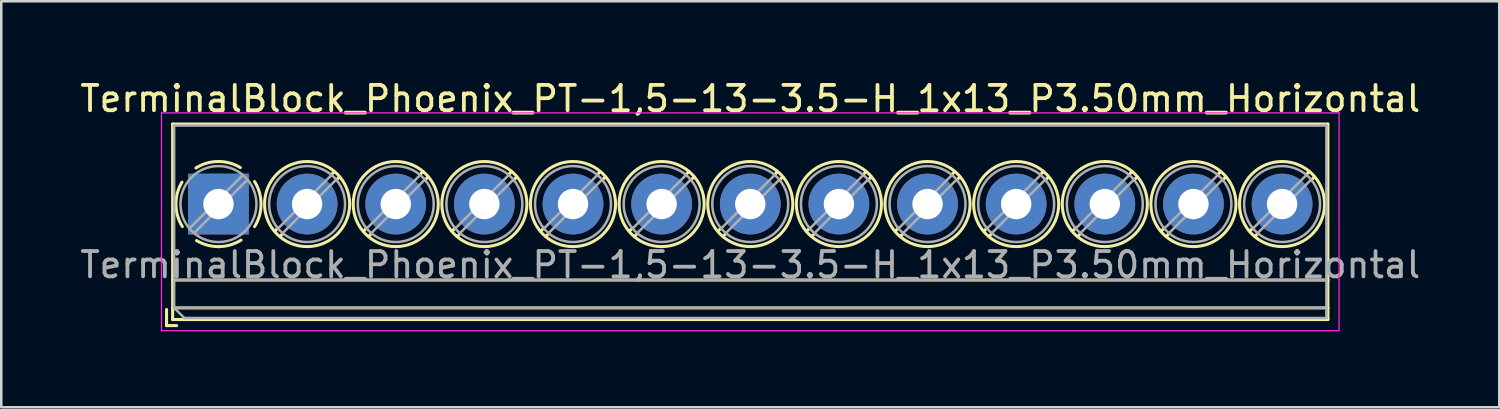
<source format=kicad_pcb>
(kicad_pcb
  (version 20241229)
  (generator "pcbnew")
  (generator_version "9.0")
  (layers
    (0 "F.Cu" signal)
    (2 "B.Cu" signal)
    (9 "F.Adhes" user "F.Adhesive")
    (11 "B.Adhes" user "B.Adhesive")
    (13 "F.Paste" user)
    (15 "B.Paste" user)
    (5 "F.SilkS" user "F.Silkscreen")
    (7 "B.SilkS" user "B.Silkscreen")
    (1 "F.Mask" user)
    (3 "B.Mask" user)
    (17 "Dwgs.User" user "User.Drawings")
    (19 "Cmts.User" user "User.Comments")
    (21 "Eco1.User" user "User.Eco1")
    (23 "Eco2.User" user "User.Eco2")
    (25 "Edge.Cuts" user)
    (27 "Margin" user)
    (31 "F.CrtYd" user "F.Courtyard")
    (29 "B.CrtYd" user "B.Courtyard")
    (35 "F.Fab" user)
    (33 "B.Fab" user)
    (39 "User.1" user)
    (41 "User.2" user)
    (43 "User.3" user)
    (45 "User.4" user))
  (footprint "TerminalBlock_Phoenix_PT-1,5-13-3.5-H_1x13_P3.50mm_Horizontal"
    (layer "F.Cu")
    (at 5.577 5.008)
    (property "Reference" "TerminalBlock_Phoenix_PT-1,5-13-3.5-H_1x13_P3.50mm_Horizontal" (at 21 -4.16 0) (layer "F.SilkS") (effects (font (size 1 1) (thickness 0.15))))
    (attr through_hole)
    (fp_line (start -2.05 4.16) (end -2.05 4.8) (stroke (width 0.12) (type solid)) (layer "F.SilkS"))
    (fp_line (start -2.05 4.8) (end -1.65 4.8) (stroke (width 0.12) (type solid)) (layer "F.SilkS"))
    (fp_line (start -1.81 -3.16) (end -1.81 4.56) (stroke (width 0.12) (type solid)) (layer "F.SilkS"))
    (fp_line (start -1.81 -3.16) (end 43.81 -3.16) (stroke (width 0.12) (type solid)) (layer "F.SilkS"))
    (fp_line (start -1.81 3) (end 43.81 3) (stroke (width 0.12) (type solid)) (layer "F.SilkS"))
    (fp_line (start -1.81 4.1) (end 43.81 4.1) (stroke (width 0.12) (type solid)) (layer "F.SilkS"))
    (fp_line (start -1.81 4.56) (end 43.81 4.56) (stroke (width 0.12) (type solid)) (layer "F.SilkS"))
    (fp_line (start 2.355 0.941) (end 2.226 1.069) (stroke (width 0.12) (type solid)) (layer "F.SilkS"))
    (fp_line (start 2.525 1.181) (end 2.431 1.274) (stroke (width 0.12) (type solid)) (layer "F.SilkS"))
    (fp_line (start 4.57 -1.275) (end 4.476 -1.181) (stroke (width 0.12) (type solid)) (layer "F.SilkS"))
    (fp_line (start 4.775 -1.069) (end 4.646 -0.941) (stroke (width 0.12) (type solid)) (layer "F.SilkS"))
    (fp_line (start 5.855 0.941) (end 5.726 1.069) (stroke (width 0.12) (type solid)) (layer "F.SilkS"))
    (fp_line (start 6.025 1.181) (end 5.931 1.274) (stroke (width 0.12) (type solid)) (layer "F.SilkS"))
    (fp_line (start 8.07 -1.275) (end 7.976 -1.181) (stroke (width 0.12) (type solid)) (layer "F.SilkS"))
    (fp_line (start 8.275 -1.069) (end 8.146 -0.941) (stroke (width 0.12) (type solid)) (layer "F.SilkS"))
    (fp_line (start 9.355 0.941) (end 9.226 1.069) (stroke (width 0.12) (type solid)) (layer "F.SilkS"))
    (fp_line (start 9.525 1.181) (end 9.431 1.274) (stroke (width 0.12) (type solid)) (layer "F.SilkS"))
    (fp_line (start 11.57 -1.275) (end 11.476 -1.181) (stroke (width 0.12) (type solid)) (layer "F.SilkS"))
    (fp_line (start 11.775 -1.069) (end 11.646 -0.941) (stroke (width 0.12) (type solid)) (layer "F.SilkS"))
    (fp_line (start 12.855 0.941) (end 12.726 1.069) (stroke (width 0.12) (type solid)) (layer "F.SilkS"))
    (fp_line (start 13.025 1.181) (end 12.931 1.274) (stroke (width 0.12) (type solid)) (layer "F.SilkS"))
    (fp_line (start 15.07 -1.275) (end 14.976 -1.181) (stroke (width 0.12) (type solid)) (layer "F.SilkS"))
    (fp_line (start 15.275 -1.069) (end 15.146 -0.941) (stroke (width 0.12) (type solid)) (layer "F.SilkS"))
    (fp_line (start 16.355 0.941) (end 16.226 1.069) (stroke (width 0.12) (type solid)) (layer "F.SilkS"))
    (fp_line (start 16.525 1.181) (end 16.431 1.274) (stroke (width 0.12) (type solid)) (layer "F.SilkS"))
    (fp_line (start 18.57 -1.275) (end 18.476 -1.181) (stroke (width 0.12) (type solid)) (layer "F.SilkS"))
    (fp_line (start 18.775 -1.069) (end 18.646 -0.941) (stroke (width 0.12) (type solid)) (layer "F.SilkS"))
    (fp_line (start 19.855 0.941) (end 19.726 1.069) (stroke (width 0.12) (type solid)) (layer "F.SilkS"))
    (fp_line (start 20.025 1.181) (end 19.931 1.274) (stroke (width 0.12) (type solid)) (layer "F.SilkS"))
    (fp_line (start 22.07 -1.275) (end 21.976 -1.181) (stroke (width 0.12) (type solid)) (layer "F.SilkS"))
    (fp_line (start 22.275 -1.069) (end 22.146 -0.941) (stroke (width 0.12) (type solid)) (layer "F.SilkS"))
    (fp_line (start 23.355 0.941) (end 23.226 1.069) (stroke (width 0.12) (type solid)) (layer "F.SilkS"))
    (fp_line (start 23.525 1.181) (end 23.431 1.274) (stroke (width 0.12) (type solid)) (layer "F.SilkS"))
    (fp_line (start 25.57 -1.275) (end 25.476 -1.181) (stroke (width 0.12) (type solid)) (layer "F.SilkS"))
    (fp_line (start 25.775 -1.069) (end 25.646 -0.941) (stroke (width 0.12) (type solid)) (layer "F.SilkS"))
    (fp_line (start 26.855 0.941) (end 26.726 1.069) (stroke (width 0.12) (type solid)) (layer "F.SilkS"))
    (fp_line (start 27.025 1.181) (end 26.931 1.274) (stroke (width 0.12) (type solid)) (layer "F.SilkS"))
    (fp_line (start 29.07 -1.275) (end 28.976 -1.181) (stroke (width 0.12) (type solid)) (layer "F.SilkS"))
    (fp_line (start 29.275 -1.069) (end 29.146 -0.941) (stroke (width 0.12) (type solid)) (layer "F.SilkS"))
    (fp_line (start 30.355 0.941) (end 30.226 1.069) (stroke (width 0.12) (type solid)) (layer "F.SilkS"))
    (fp_line (start 30.525 1.181) (end 30.431 1.274) (stroke (width 0.12) (type solid)) (layer "F.SilkS"))
    (fp_line (start 32.57 -1.275) (end 32.476 -1.181) (stroke (width 0.12) (type solid)) (layer "F.SilkS"))
    (fp_line (start 32.775 -1.069) (end 32.646 -0.941) (stroke (width 0.12) (type solid)) (layer "F.SilkS"))
    (fp_line (start 33.855 0.941) (end 33.726 1.069) (stroke (width 0.12) (type solid)) (layer "F.SilkS"))
    (fp_line (start 34.025 1.181) (end 33.931 1.274) (stroke (width 0.12) (type solid)) (layer "F.SilkS"))
    (fp_line (start 36.07 -1.275) (end 35.976 -1.181) (stroke (width 0.12) (type solid)) (layer "F.SilkS"))
    (fp_line (start 36.275 -1.069) (end 36.146 -0.941) (stroke (width 0.12) (type solid)) (layer "F.SilkS"))
    (fp_line (start 37.355 0.941) (end 37.226 1.069) (stroke (width 0.12) (type solid)) (layer "F.SilkS"))
    (fp_line (start 37.525 1.181) (end 37.431 1.274) (stroke (width 0.12) (type solid)) (layer "F.SilkS"))
    (fp_line (start 39.57 -1.275) (end 39.476 -1.181) (stroke (width 0.12) (type solid)) (layer "F.SilkS"))
    (fp_line (start 39.775 -1.069) (end 39.646 -0.941) (stroke (width 0.12) (type solid)) (layer "F.SilkS"))
    (fp_line (start 40.855 0.941) (end 40.726 1.069) (stroke (width 0.12) (type solid)) (layer "F.SilkS"))
    (fp_line (start 41.025 1.181) (end 40.931 1.274) (stroke (width 0.12) (type solid)) (layer "F.SilkS"))
    (fp_line (start 43.07 -1.275) (end 42.976 -1.181) (stroke (width 0.12) (type solid)) (layer "F.SilkS"))
    (fp_line (start 43.275 -1.069) (end 43.146 -0.941) (stroke (width 0.12) (type solid)) (layer "F.SilkS"))
    (fp_line (start 43.81 -3.16) (end 43.81 4.56) (stroke (width 0.12) (type solid)) (layer "F.SilkS"))
    (fp_arc (start -1.425358 0.889894) (mid -1.680286 0.014012) (end -1.44 -0.866) (stroke (width 0.12) (type solid)) (layer "F.SilkS"))
    (fp_arc (start -0.889894 -1.425358) (mid -0.014012 -1.680286) (end 0.866 -1.44) (stroke (width 0.12) (type solid)) (layer "F.SilkS"))
    (fp_arc (start 0.028674 1.680099) (mid -0.435535 1.622918) (end -0.866 1.44) (stroke (width 0.12) (type solid)) (layer "F.SilkS"))
    (fp_arc (start 0.890264 1.424721) (mid 0.463071 1.61492) (end 0 1.68) (stroke (width 0.12) (type solid)) (layer "F.SilkS"))
    (fp_arc (start 1.425504 -0.890193) (mid 1.680626 0.000476) (end 1.425 0.891) (stroke (width 0.12) (type solid)) (layer "F.SilkS"))
    (fp_circle (center 3.5 0) (end 5.18 0) (stroke (width 0.12) (type solid)) (fill no) (layer "F.SilkS"))
    (fp_circle (center 7 0) (end 8.68 0) (stroke (width 0.12) (type solid)) (fill no) (layer "F.SilkS"))
    (fp_circle (center 10.5 0) (end 12.18 0) (stroke (width 0.12) (type solid)) (fill no) (layer "F.SilkS"))
    (fp_circle (center 14 0) (end 15.68 0) (stroke (width 0.12) (type solid)) (fill no) (layer "F.SilkS"))
    (fp_circle (center 17.5 0) (end 19.18 0) (stroke (width 0.12) (type solid)) (fill no) (layer "F.SilkS"))
    (fp_circle (center 21 0) (end 22.68 0) (stroke (width 0.12) (type solid)) (fill no) (layer "F.SilkS"))
    (fp_circle (center 24.5 0) (end 26.18 0) (stroke (width 0.12) (type solid)) (fill no) (layer "F.SilkS"))
    (fp_circle (center 28 0) (end 29.68 0) (stroke (width 0.12) (type solid)) (fill no) (layer "F.SilkS"))
    (fp_circle (center 31.5 0) (end 33.18 0) (stroke (width 0.12) (type solid)) (fill no) (layer "F.SilkS"))
    (fp_circle (center 35 0) (end 36.68 0) (stroke (width 0.12) (type solid)) (fill no) (layer "F.SilkS"))
    (fp_circle (center 38.5 0) (end 40.18 0) (stroke (width 0.12) (type solid)) (fill no) (layer "F.SilkS"))
    (fp_circle (center 42 0) (end 43.68 0) (stroke (width 0.12) (type solid)) (fill no) (layer "F.SilkS"))
    (fp_line (start -2.25 -3.6) (end -2.25 5) (stroke (width 0.05) (type solid)) (layer "F.CrtYd"))
    (fp_line (start -2.25 5) (end 44.25 5) (stroke (width 0.05) (type solid)) (layer "F.CrtYd"))
    (fp_line (start 44.25 -3.6) (end -2.25 -3.6) (stroke (width 0.05) (type solid)) (layer "F.CrtYd"))
    (fp_line (start 44.25 5) (end 44.25 -3.6) (stroke (width 0.05) (type solid)) (layer "F.CrtYd"))
    (fp_line (start -1.75 -3.1) (end 43.75 -3.1) (stroke (width 0.1) (type solid)) (layer "F.Fab"))
    (fp_line (start -1.75 3) (end 43.75 3) (stroke (width 0.1) (type solid)) (layer "F.Fab"))
    (fp_line (start -1.75 4.1) (end -1.75 -3.1) (stroke (width 0.1) (type solid)) (layer "F.Fab"))
    (fp_line (start -1.75 4.1) (end 43.75 4.1) (stroke (width 0.1) (type solid)) (layer "F.Fab"))
    (fp_line (start -1.35 4.5) (end -1.75 4.1) (stroke (width 0.1) (type solid)) (layer "F.Fab"))
    (fp_line (start 0.955 -1.138) (end -1.138 0.955) (stroke (width 0.1) (type solid)) (layer "F.Fab"))
    (fp_line (start 1.138 -0.955) (end -0.955 1.138) (stroke (width 0.1) (type solid)) (layer "F.Fab"))
    (fp_line (start 4.455 -1.138) (end 2.363 0.955) (stroke (width 0.1) (type solid)) (layer "F.Fab"))
    (fp_line (start 4.638 -0.955) (end 2.546 1.138) (stroke (width 0.1) (type solid)) (layer "F.Fab"))
    (fp_line (start 7.955 -1.138) (end 5.863 0.955) (stroke (width 0.1) (type solid)) (layer "F.Fab"))
    (fp_line (start 8.138 -0.955) (end 6.046 1.138) (stroke (width 0.1) (type solid)) (layer "F.Fab"))
    (fp_line (start 11.455 -1.138) (end 9.363 0.955) (stroke (width 0.1) (type solid)) (layer "F.Fab"))
    (fp_line (start 11.638 -0.955) (end 9.546 1.138) (stroke (width 0.1) (type solid)) (layer "F.Fab"))
    (fp_line (start 14.955 -1.138) (end 12.863 0.955) (stroke (width 0.1) (type solid)) (layer "F.Fab"))
    (fp_line (start 15.138 -0.955) (end 13.046 1.138) (stroke (width 0.1) (type solid)) (layer "F.Fab"))
    (fp_line (start 18.455 -1.138) (end 16.363 0.955) (stroke (width 0.1) (type solid)) (layer "F.Fab"))
    (fp_line (start 18.638 -0.955) (end 16.546 1.138) (stroke (width 0.1) (type solid)) (layer "F.Fab"))
    (fp_line (start 21.955 -1.138) (end 19.863 0.955) (stroke (width 0.1) (type solid)) (layer "F.Fab"))
    (fp_line (start 22.138 -0.955) (end 20.046 1.138) (stroke (width 0.1) (type solid)) (layer "F.Fab"))
    (fp_line (start 25.455 -1.138) (end 23.363 0.955) (stroke (width 0.1) (type solid)) (layer "F.Fab"))
    (fp_line (start 25.638 -0.955) (end 23.546 1.138) (stroke (width 0.1) (type solid)) (layer "F.Fab"))
    (fp_line (start 28.955 -1.138) (end 26.863 0.955) (stroke (width 0.1) (type solid)) (layer "F.Fab"))
    (fp_line (start 29.138 -0.955) (end 27.046 1.138) (stroke (width 0.1) (type solid)) (layer "F.Fab"))
    (fp_line (start 32.455 -1.138) (end 30.363 0.955) (stroke (width 0.1) (type solid)) (layer "F.Fab"))
    (fp_line (start 32.638 -0.955) (end 30.546 1.138) (stroke (width 0.1) (type solid)) (layer "F.Fab"))
    (fp_line (start 35.955 -1.138) (end 33.863 0.955) (stroke (width 0.1) (type solid)) (layer "F.Fab"))
    (fp_line (start 36.138 -0.955) (end 34.046 1.138) (stroke (width 0.1) (type solid)) (layer "F.Fab"))
    (fp_line (start 39.455 -1.138) (end 37.363 0.955) (stroke (width 0.1) (type solid)) (layer "F.Fab"))
    (fp_line (start 39.638 -0.955) (end 37.546 1.138) (stroke (width 0.1) (type solid)) (layer "F.Fab"))
    (fp_line (start 42.955 -1.138) (end 40.863 0.955) (stroke (width 0.1) (type solid)) (layer "F.Fab"))
    (fp_line (start 43.138 -0.955) (end 41.046 1.138) (stroke (width 0.1) (type solid)) (layer "F.Fab"))
    (fp_line (start 43.75 -3.1) (end 43.75 4.5) (stroke (width 0.1) (type solid)) (layer "F.Fab"))
    (fp_line (start 43.75 4.5) (end -1.35 4.5) (stroke (width 0.1) (type solid)) (layer "F.Fab"))
    (fp_circle (center 0 0) (end 1.5 0) (stroke (width 0.1) (type solid)) (fill no) (layer "F.Fab"))
    (fp_circle (center 3.5 0) (end 5 0) (stroke (width 0.1) (type solid)) (fill no) (layer "F.Fab"))
    (fp_circle (center 7 0) (end 8.5 0) (stroke (width 0.1) (type solid)) (fill no) (layer "F.Fab"))
    (fp_circle (center 10.5 0) (end 12 0) (stroke (width 0.1) (type solid)) (fill no) (layer "F.Fab"))
    (fp_circle (center 14 0) (end 15.5 0) (stroke (width 0.1) (type solid)) (fill no) (layer "F.Fab"))
    (fp_circle (center 17.5 0) (end 19 0) (stroke (width 0.1) (type solid)) (fill no) (layer "F.Fab"))
    (fp_circle (center 21 0) (end 22.5 0) (stroke (width 0.1) (type solid)) (fill no) (layer "F.Fab"))
    (fp_circle (center 24.5 0) (end 26 0) (stroke (width 0.1) (type solid)) (fill no) (layer "F.Fab"))
    (fp_circle (center 28 0) (end 29.5 0) (stroke (width 0.1) (type solid)) (fill no) (layer "F.Fab"))
    (fp_circle (center 31.5 0) (end 33 0) (stroke (width 0.1) (type solid)) (fill no) (layer "F.Fab"))
    (fp_circle (center 35 0) (end 36.5 0) (stroke (width 0.1) (type solid)) (fill no) (layer "F.Fab"))
    (fp_circle (center 38.5 0) (end 40 0) (stroke (width 0.1) (type solid)) (fill no) (layer "F.Fab"))
    (fp_circle (center 42 0) (end 43.5 0) (stroke (width 0.1) (type solid)) (fill no) (layer "F.Fab"))
    (fp_text user "${REFERENCE}" (at 21 2.4 0) (layer "F.Fab") (effects (font (size 1 1) (thickness 0.15))))
    (pad "1" thru_hole rect (at 0 0) (size 2.4 2.4) (drill 1.2) (layers "*.Cu" "*.Mask"))
    (pad "2" thru_hole circle (at 3.5 0) (size 2.4 2.4) (drill 1.2) (layers "*.Cu" "*.Mask"))
    (pad "3" thru_hole circle (at 7 0) (size 2.4 2.4) (drill 1.2) (layers "*.Cu" "*.Mask"))
    (pad "4" thru_hole circle (at 10.5 0) (size 2.4 2.4) (drill 1.2) (layers "*.Cu" "*.Mask"))
    (pad "5" thru_hole circle (at 14 0) (size 2.4 2.4) (drill 1.2) (layers "*.Cu" "*.Mask"))
    (pad "6" thru_hole circle (at 17.5 0) (size 2.4 2.4) (drill 1.2) (layers "*.Cu" "*.Mask"))
    (pad "7" thru_hole circle (at 21 0) (size 2.4 2.4) (drill 1.2) (layers "*.Cu" "*.Mask"))
    (pad "8" thru_hole circle (at 24.5 0) (size 2.4 2.4) (drill 1.2) (layers "*.Cu" "*.Mask"))
    (pad "9" thru_hole circle (at 28 0) (size 2.4 2.4) (drill 1.2) (layers "*.Cu" "*.Mask"))
    (pad "10" thru_hole circle (at 31.5 0) (size 2.4 2.4) (drill 1.2) (layers "*.Cu" "*.Mask"))
    (pad "11" thru_hole circle (at 35 0) (size 2.4 2.4) (drill 1.2) (layers "*.Cu" "*.Mask"))
    (pad "12" thru_hole circle (at 38.5 0) (size 2.4 2.4) (drill 1.2) (layers "*.Cu" "*.Mask"))
    (pad "13" thru_hole circle (at 42 0) (size 2.4 2.4) (drill 1.2) (layers "*.Cu" "*.Mask")))
  (gr_rect
    (start -3 -3)
    (end 56.155 13.033)
    (stroke (width 0.1) (type default))
    (fill no)
    (layer "Edge.Cuts")))
</source>
